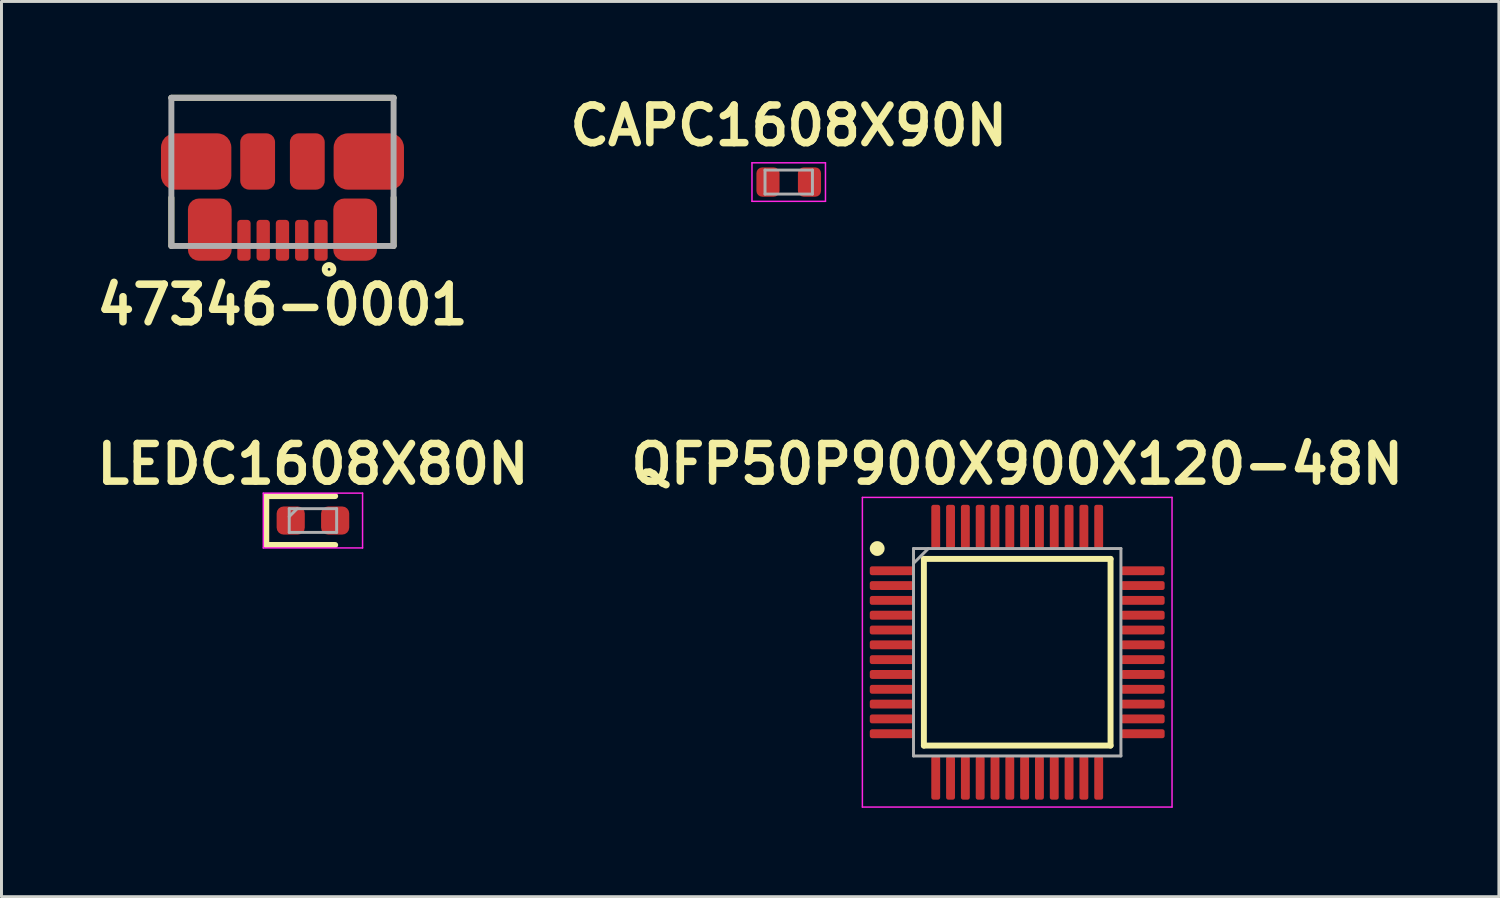
<source format=kicad_pcb>
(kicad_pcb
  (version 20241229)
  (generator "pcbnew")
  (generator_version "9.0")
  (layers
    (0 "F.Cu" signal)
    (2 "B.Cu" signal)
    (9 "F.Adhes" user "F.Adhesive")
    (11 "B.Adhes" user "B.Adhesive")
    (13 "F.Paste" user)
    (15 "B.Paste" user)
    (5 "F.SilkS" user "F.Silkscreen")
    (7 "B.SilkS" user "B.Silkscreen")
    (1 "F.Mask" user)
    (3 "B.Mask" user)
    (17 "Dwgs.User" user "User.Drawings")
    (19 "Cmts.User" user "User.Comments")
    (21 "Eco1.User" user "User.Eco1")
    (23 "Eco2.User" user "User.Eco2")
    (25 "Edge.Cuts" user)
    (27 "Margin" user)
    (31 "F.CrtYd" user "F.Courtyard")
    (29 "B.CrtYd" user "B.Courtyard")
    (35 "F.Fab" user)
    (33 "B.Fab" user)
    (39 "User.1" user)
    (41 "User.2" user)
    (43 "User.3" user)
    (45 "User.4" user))
  (footprint "LEDC1608X80N"
    (layer "F.Cu")
    (at 7.511 14.517)
    (property "Reference" "LEDC1608X80N" (at 0 -1.905 0) (layer "F.SilkS") (effects (font (size 1.27 1.27) (thickness 0.254))))
    (attr smd)
    (fp_line (start -1.575 -0.825) (end -1.575 0.825) (stroke (width 0.2) (type solid)) (layer "F.SilkS"))
    (fp_line (start -1.575 0.825) (end 0.75 0.825) (stroke (width 0.2) (type solid)) (layer "F.SilkS"))
    (fp_line (start 0.75 -0.825) (end -1.575 -0.825) (stroke (width 0.2) (type solid)) (layer "F.SilkS"))
    (fp_line (start -1.675 -0.925) (end 1.675 -0.925) (stroke (width 0.05) (type solid)) (layer "F.CrtYd"))
    (fp_line (start -1.675 0.925) (end -1.675 -0.925) (stroke (width 0.05) (type solid)) (layer "F.CrtYd"))
    (fp_line (start 1.675 -0.925) (end 1.675 0.925) (stroke (width 0.05) (type solid)) (layer "F.CrtYd"))
    (fp_line (start 1.675 0.925) (end -1.675 0.925) (stroke (width 0.05) (type solid)) (layer "F.CrtYd"))
    (fp_line (start -0.8 -0.4) (end 0.8 -0.4) (stroke (width 0.1) (type solid)) (layer "F.Fab"))
    (fp_line (start -0.8 -0.133) (end -0.533 -0.4) (stroke (width 0.1) (type solid)) (layer "F.Fab"))
    (fp_line (start -0.8 0.4) (end -0.8 -0.4) (stroke (width 0.1) (type solid)) (layer "F.Fab"))
    (fp_line (start 0.8 -0.4) (end 0.8 0.4) (stroke (width 0.1) (type solid)) (layer "F.Fab"))
    (fp_line (start 0.8 0.4) (end -0.8 0.4) (stroke (width 0.1) (type solid)) (layer "F.Fab"))
    (pad "1" smd roundrect (at -0.75 0 90) (size 0.95 0.95) (layers "F.Cu" "F.Mask" "F.Paste") (roundrect_rratio 0.25))
    (pad "2" smd roundrect (at 0.75 0 90) (size 0.95 0.95) (layers "F.Cu" "F.Mask" "F.Paste") (roundrect_rratio 0.25)))
  (footprint "47346-0001"
    (layer "F.Cu")
    (at 6.483 0.25)
    (property "Reference" "47346-0001" (at 0 6.985 0) (layer "F.SilkS") (effects (font (size 1.27 1.27) (thickness 0.254))))
    (attr smd)
    (fp_line (start -3.75 0) (end 3.75 0) (stroke (width 0.2) (type solid)) (layer "F.SilkS"))
    (fp_line (start -3.75 5) (end -3.75 3.373) (stroke (width 0.2) (type solid)) (layer "F.SilkS"))
    (fp_line (start 3.75 5) (end 3.75 3.373) (stroke (width 0.2) (type solid)) (layer "F.SilkS"))
    (fp_circle (center 1.572 5.79) (end 1.572 5.836) (stroke (width 0.2) (type solid)) (fill no) (layer "F.SilkS"))
    (fp_line (start -3.75 0) (end 3.75 0) (stroke (width 0.2) (type solid)) (layer "F.Fab"))
    (fp_line (start -3.75 5) (end -3.75 0) (stroke (width 0.2) (type solid)) (layer "F.Fab"))
    (fp_line (start 3.75 0) (end 3.75 5) (stroke (width 0.2) (type solid)) (layer "F.Fab"))
    (fp_line (start 3.75 5) (end -3.75 5) (stroke (width 0.2) (type solid)) (layer "F.Fab"))
    (pad "1" smd roundrect (at 1.3 4.81) (size 0.45 1.38) (layers "F.Cu" "F.Mask" "F.Paste") (roundrect_rratio 0.25))
    (pad "2" smd roundrect (at 0.65 4.81) (size 0.45 1.38) (layers "F.Cu" "F.Mask" "F.Paste") (roundrect_rratio 0.25))
    (pad "3" smd roundrect (at 0 4.81) (size 0.45 1.38) (layers "F.Cu" "F.Mask" "F.Paste") (roundrect_rratio 0.25))
    (pad "4" smd roundrect (at -0.65 4.81) (size 0.45 1.38) (layers "F.Cu" "F.Mask" "F.Paste") (roundrect_rratio 0.25))
    (pad "5" smd roundrect (at -1.3 4.81) (size 0.45 1.38) (layers "F.Cu" "F.Mask" "F.Paste") (roundrect_rratio 0.25))
    (pad "6" smd roundrect (at -2.453 4.45) (size 1.475 2.1) (layers "F.Cu" "F.Mask" "F.Paste") (roundrect_rratio 0.25))
    (pad "7" smd roundrect (at 2.453 4.45) (size 1.475 2.1) (layers "F.Cu" "F.Mask" "F.Paste") (roundrect_rratio 0.25))
    (pad "8" smd roundrect (at 0.838 2.15) (size 1.175 1.9) (layers "F.Cu" "F.Mask" "F.Paste") (roundrect_rratio 0.25))
    (pad "9" smd roundrect (at -0.838 2.15) (size 1.175 1.9) (layers "F.Cu" "F.Mask" "F.Paste") (roundrect_rratio 0.25))
    (pad "10" smd roundrect (at 2.913 2.15 90) (size 1.9 2.375) (layers "F.Cu" "F.Mask" "F.Paste") (roundrect_rratio 0.25))
    (pad "11" smd roundrect (at -2.913 2.15 90) (size 1.9 2.375) (layers "F.Cu" "F.Mask" "F.Paste") (roundrect_rratio 0.25)))
  (footprint "CAPC1608X90N"
    (layer "F.Cu")
    (at 23.568 3.094)
    (property "Reference" "CAPC1608X90N" (at 0 -1.905 0) (layer "F.SilkS") (effects (font (size 1.27 1.27) (thickness 0.254))))
    (attr smd)
    (fp_line (start -1.24 -0.65) (end 1.24 -0.65) (stroke (width 0.05) (type solid)) (layer "F.CrtYd"))
    (fp_line (start -1.24 0.65) (end -1.24 -0.65) (stroke (width 0.05) (type solid)) (layer "F.CrtYd"))
    (fp_line (start 1.24 -0.65) (end 1.24 0.65) (stroke (width 0.05) (type solid)) (layer "F.CrtYd"))
    (fp_line (start 1.24 0.65) (end -1.24 0.65) (stroke (width 0.05) (type solid)) (layer "F.CrtYd"))
    (fp_line (start -0.8 -0.405) (end 0.8 -0.405) (stroke (width 0.1) (type solid)) (layer "F.Fab"))
    (fp_line (start -0.8 0.405) (end -0.8 -0.405) (stroke (width 0.1) (type solid)) (layer "F.Fab"))
    (fp_line (start 0.8 -0.405) (end 0.8 0.405) (stroke (width 0.1) (type solid)) (layer "F.Fab"))
    (fp_line (start 0.8 0.405) (end -0.8 0.405) (stroke (width 0.1) (type solid)) (layer "F.Fab"))
    (pad "1" smd roundrect (at -0.7 0) (size 0.78 0.99) (layers "F.Cu" "F.Mask" "F.Paste") (roundrect_rratio 0.25))
    (pad "2" smd roundrect (at 0.7 0) (size 0.78 0.99) (layers "F.Cu" "F.Mask" "F.Paste") (roundrect_rratio 0.25)))
  (footprint "QFP50P900X900X120-48N"
    (layer "F.Cu")
    (at 31.279 18.962)
    (property "Reference" "QFP50P900X900X120-48N" (at 0 -6.35 0) (layer "F.SilkS") (effects (font (size 1.27 1.27) (thickness 0.254))))
    (attr smd)
    (fp_line (start -3.15 -3.15) (end 3.15 -3.15) (stroke (width 0.2) (type solid)) (layer "F.SilkS"))
    (fp_line (start -3.15 3.15) (end -3.15 -3.15) (stroke (width 0.2) (type solid)) (layer "F.SilkS"))
    (fp_line (start 3.15 -3.15) (end 3.15 3.15) (stroke (width 0.2) (type solid)) (layer "F.SilkS"))
    (fp_line (start 3.15 3.15) (end -3.15 3.15) (stroke (width 0.2) (type solid)) (layer "F.SilkS"))
    (fp_circle (center -4.725 -3.5) (end -4.725 -3.375) (stroke (width 0.25) (type solid)) (fill no) (layer "F.SilkS"))
    (fp_line (start -5.225 -5.225) (end 5.225 -5.225) (stroke (width 0.05) (type solid)) (layer "F.CrtYd"))
    (fp_line (start -5.225 5.225) (end -5.225 -5.225) (stroke (width 0.05) (type solid)) (layer "F.CrtYd"))
    (fp_line (start 5.225 -5.225) (end 5.225 5.225) (stroke (width 0.05) (type solid)) (layer "F.CrtYd"))
    (fp_line (start 5.225 5.225) (end -5.225 5.225) (stroke (width 0.05) (type solid)) (layer "F.CrtYd"))
    (fp_line (start -3.5 -3.5) (end 3.5 -3.5) (stroke (width 0.1) (type solid)) (layer "F.Fab"))
    (fp_line (start -3.5 -3) (end -3 -3.5) (stroke (width 0.1) (type solid)) (layer "F.Fab"))
    (fp_line (start -3.5 3.5) (end -3.5 -3.5) (stroke (width 0.1) (type solid)) (layer "F.Fab"))
    (fp_line (start 3.5 -3.5) (end 3.5 3.5) (stroke (width 0.1) (type solid)) (layer "F.Fab"))
    (fp_line (start 3.5 3.5) (end -3.5 3.5) (stroke (width 0.1) (type solid)) (layer "F.Fab"))
    (pad "1" smd roundrect (at -4.238 -2.75 90) (size 0.3 1.475) (layers "F.Cu" "F.Mask" "F.Paste") (roundrect_rratio 0.25))
    (pad "2" smd roundrect (at -4.238 -2.25 90) (size 0.3 1.475) (layers "F.Cu" "F.Mask" "F.Paste") (roundrect_rratio 0.25))
    (pad "3" smd roundrect (at -4.238 -1.75 90) (size 0.3 1.475) (layers "F.Cu" "F.Mask" "F.Paste") (roundrect_rratio 0.25))
    (pad "4" smd roundrect (at -4.238 -1.25 90) (size 0.3 1.475) (layers "F.Cu" "F.Mask" "F.Paste") (roundrect_rratio 0.25))
    (pad "5" smd roundrect (at -4.238 -0.75 90) (size 0.3 1.475) (layers "F.Cu" "F.Mask" "F.Paste") (roundrect_rratio 0.25))
    (pad "6" smd roundrect (at -4.238 -0.25 90) (size 0.3 1.475) (layers "F.Cu" "F.Mask" "F.Paste") (roundrect_rratio 0.25))
    (pad "7" smd roundrect (at -4.238 0.25 90) (size 0.3 1.475) (layers "F.Cu" "F.Mask" "F.Paste") (roundrect_rratio 0.25))
    (pad "8" smd roundrect (at -4.238 0.75 90) (size 0.3 1.475) (layers "F.Cu" "F.Mask" "F.Paste") (roundrect_rratio 0.25))
    (pad "9" smd roundrect (at -4.238 1.25 90) (size 0.3 1.475) (layers "F.Cu" "F.Mask" "F.Paste") (roundrect_rratio 0.25))
    (pad "10" smd roundrect (at -4.238 1.75 90) (size 0.3 1.475) (layers "F.Cu" "F.Mask" "F.Paste") (roundrect_rratio 0.25))
    (pad "11" smd roundrect (at -4.238 2.25 90) (size 0.3 1.475) (layers "F.Cu" "F.Mask" "F.Paste") (roundrect_rratio 0.25))
    (pad "12" smd roundrect (at -4.238 2.75 90) (size 0.3 1.475) (layers "F.Cu" "F.Mask" "F.Paste") (roundrect_rratio 0.25))
    (pad "13" smd roundrect (at -2.75 4.238) (size 0.3 1.475) (layers "F.Cu" "F.Mask" "F.Paste") (roundrect_rratio 0.25))
    (pad "14" smd roundrect (at -2.25 4.238) (size 0.3 1.475) (layers "F.Cu" "F.Mask" "F.Paste") (roundrect_rratio 0.25))
    (pad "15" smd roundrect (at -1.75 4.238) (size 0.3 1.475) (layers "F.Cu" "F.Mask" "F.Paste") (roundrect_rratio 0.25))
    (pad "16" smd roundrect (at -1.25 4.238) (size 0.3 1.475) (layers "F.Cu" "F.Mask" "F.Paste") (roundrect_rratio 0.25))
    (pad "17" smd roundrect (at -0.75 4.238) (size 0.3 1.475) (layers "F.Cu" "F.Mask" "F.Paste") (roundrect_rratio 0.25))
    (pad "18" smd roundrect (at -0.25 4.238) (size 0.3 1.475) (layers "F.Cu" "F.Mask" "F.Paste") (roundrect_rratio 0.25))
    (pad "19" smd roundrect (at 0.25 4.238) (size 0.3 1.475) (layers "F.Cu" "F.Mask" "F.Paste") (roundrect_rratio 0.25))
    (pad "20" smd roundrect (at 0.75 4.238) (size 0.3 1.475) (layers "F.Cu" "F.Mask" "F.Paste") (roundrect_rratio 0.25))
    (pad "21" smd roundrect (at 1.25 4.238) (size 0.3 1.475) (layers "F.Cu" "F.Mask" "F.Paste") (roundrect_rratio 0.25))
    (pad "22" smd roundrect (at 1.75 4.238) (size 0.3 1.475) (layers "F.Cu" "F.Mask" "F.Paste") (roundrect_rratio 0.25))
    (pad "23" smd roundrect (at 2.25 4.238) (size 0.3 1.475) (layers "F.Cu" "F.Mask" "F.Paste") (roundrect_rratio 0.25))
    (pad "24" smd roundrect (at 2.75 4.238) (size 0.3 1.475) (layers "F.Cu" "F.Mask" "F.Paste") (roundrect_rratio 0.25))
    (pad "25" smd roundrect (at 4.238 2.75 90) (size 0.3 1.475) (layers "F.Cu" "F.Mask" "F.Paste") (roundrect_rratio 0.25))
    (pad "26" smd roundrect (at 4.238 2.25 90) (size 0.3 1.475) (layers "F.Cu" "F.Mask" "F.Paste") (roundrect_rratio 0.25))
    (pad "27" smd roundrect (at 4.238 1.75 90) (size 0.3 1.475) (layers "F.Cu" "F.Mask" "F.Paste") (roundrect_rratio 0.25))
    (pad "28" smd roundrect (at 4.238 1.25 90) (size 0.3 1.475) (layers "F.Cu" "F.Mask" "F.Paste") (roundrect_rratio 0.25))
    (pad "29" smd roundrect (at 4.238 0.75 90) (size 0.3 1.475) (layers "F.Cu" "F.Mask" "F.Paste") (roundrect_rratio 0.25))
    (pad "30" smd roundrect (at 4.238 0.25 90) (size 0.3 1.475) (layers "F.Cu" "F.Mask" "F.Paste") (roundrect_rratio 0.25))
    (pad "31" smd roundrect (at 4.238 -0.25 90) (size 0.3 1.475) (layers "F.Cu" "F.Mask" "F.Paste") (roundrect_rratio 0.25))
    (pad "32" smd roundrect (at 4.238 -0.75 90) (size 0.3 1.475) (layers "F.Cu" "F.Mask" "F.Paste") (roundrect_rratio 0.25))
    (pad "33" smd roundrect (at 4.238 -1.25 90) (size 0.3 1.475) (layers "F.Cu" "F.Mask" "F.Paste") (roundrect_rratio 0.25))
    (pad "34" smd roundrect (at 4.238 -1.75 90) (size 0.3 1.475) (layers "F.Cu" "F.Mask" "F.Paste") (roundrect_rratio 0.25))
    (pad "35" smd roundrect (at 4.238 -2.25 90) (size 0.3 1.475) (layers "F.Cu" "F.Mask" "F.Paste") (roundrect_rratio 0.25))
    (pad "36" smd roundrect (at 4.238 -2.75 90) (size 0.3 1.475) (layers "F.Cu" "F.Mask" "F.Paste") (roundrect_rratio 0.25))
    (pad "37" smd roundrect (at 2.75 -4.238) (size 0.3 1.475) (layers "F.Cu" "F.Mask" "F.Paste") (roundrect_rratio 0.25))
    (pad "38" smd roundrect (at 2.25 -4.238) (size 0.3 1.475) (layers "F.Cu" "F.Mask" "F.Paste") (roundrect_rratio 0.25))
    (pad "39" smd roundrect (at 1.75 -4.238) (size 0.3 1.475) (layers "F.Cu" "F.Mask" "F.Paste") (roundrect_rratio 0.25))
    (pad "40" smd roundrect (at 1.25 -4.238) (size 0.3 1.475) (layers "F.Cu" "F.Mask" "F.Paste") (roundrect_rratio 0.25))
    (pad "41" smd roundrect (at 0.75 -4.238) (size 0.3 1.475) (layers "F.Cu" "F.Mask" "F.Paste") (roundrect_rratio 0.25))
    (pad "42" smd roundrect (at 0.25 -4.238) (size 0.3 1.475) (layers "F.Cu" "F.Mask" "F.Paste") (roundrect_rratio 0.25))
    (pad "43" smd roundrect (at -0.25 -4.238) (size 0.3 1.475) (layers "F.Cu" "F.Mask" "F.Paste") (roundrect_rratio 0.25))
    (pad "44" smd roundrect (at -0.75 -4.238) (size 0.3 1.475) (layers "F.Cu" "F.Mask" "F.Paste") (roundrect_rratio 0.25))
    (pad "45" smd roundrect (at -1.25 -4.238) (size 0.3 1.475) (layers "F.Cu" "F.Mask" "F.Paste") (roundrect_rratio 0.25))
    (pad "46" smd roundrect (at -1.75 -4.238) (size 0.3 1.475) (layers "F.Cu" "F.Mask" "F.Paste") (roundrect_rratio 0.25))
    (pad "47" smd roundrect (at -2.25 -4.238) (size 0.3 1.475) (layers "F.Cu" "F.Mask" "F.Paste") (roundrect_rratio 0.25))
    (pad "48" smd roundrect (at -2.75 -4.238) (size 0.3 1.475) (layers "F.Cu" "F.Mask" "F.Paste") (roundrect_rratio 0.25)))
  (gr_rect
    (start -3 -3)
    (end 47.535 27.212)
    (stroke (width 0.1) (type default))
    (fill no)
    (layer "Edge.Cuts")))
</source>
